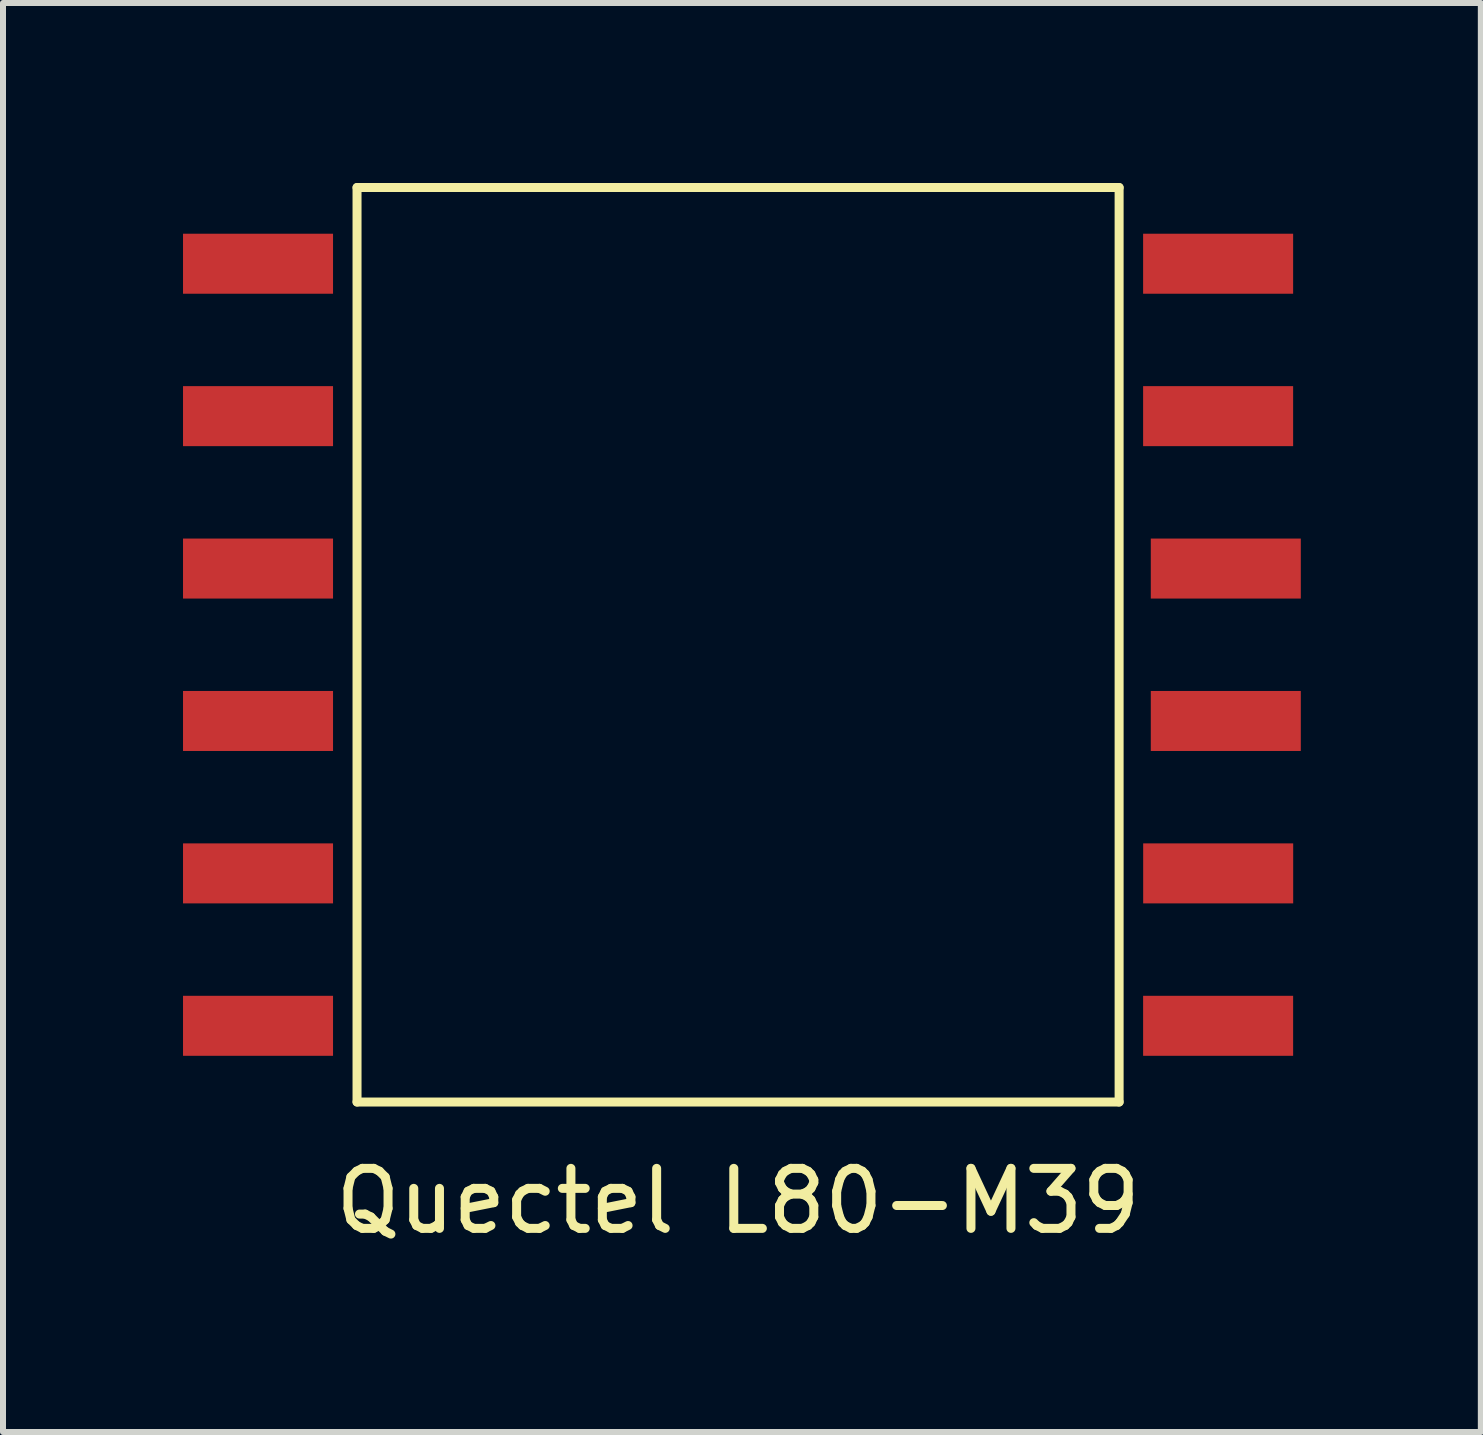
<source format=kicad_pcb>
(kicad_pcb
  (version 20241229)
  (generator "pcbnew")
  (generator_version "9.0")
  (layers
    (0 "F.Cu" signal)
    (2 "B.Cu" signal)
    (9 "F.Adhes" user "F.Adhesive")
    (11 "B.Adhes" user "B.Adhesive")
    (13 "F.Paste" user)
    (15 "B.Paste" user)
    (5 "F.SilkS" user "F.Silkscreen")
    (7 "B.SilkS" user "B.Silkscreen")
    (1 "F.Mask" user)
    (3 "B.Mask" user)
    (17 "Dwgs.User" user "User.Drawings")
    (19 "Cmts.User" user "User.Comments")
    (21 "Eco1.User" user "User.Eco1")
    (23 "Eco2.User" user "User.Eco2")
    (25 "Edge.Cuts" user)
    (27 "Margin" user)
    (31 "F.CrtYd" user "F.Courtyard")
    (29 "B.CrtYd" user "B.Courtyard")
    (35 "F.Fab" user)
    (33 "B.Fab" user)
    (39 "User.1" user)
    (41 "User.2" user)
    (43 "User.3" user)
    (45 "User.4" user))
  (footprint "Quectel L80-M39"
    (layer "F.Cu")
    (at 9.25 7.695)
    (property "Reference" "Quectel L80-M39" (at 0 9.271 0) (layer "F.SilkS") (effects (font (size 1 1) (thickness 0.15))))
    (attr through_hole)
    (fp_line (start -6.35 -7.62) (end -6.35 7.62) (stroke (width 0.15) (type solid)) (layer "F.SilkS"))
    (fp_line (start -6.35 7.62) (end 6.35 7.62) (stroke (width 0.15) (type solid)) (layer "F.SilkS"))
    (fp_line (start 6.35 -7.62) (end -6.35 -7.62) (stroke (width 0.15) (type solid)) (layer "F.SilkS"))
    (fp_line (start 6.35 7.62) (end 6.35 -7.62) (stroke (width 0.15) (type solid)) (layer "F.SilkS"))
    (pad "1" smd rect (at 8 6.35) (size 2.5 1) (layers "F.Cu" "F.Mask" "F.Paste"))
    (pad "2" smd rect (at 8.001 3.81) (size 2.5 1) (layers "F.Cu" "F.Mask" "F.Paste"))
    (pad "3" smd rect (at 8.128 1.27) (size 2.5 1) (layers "F.Cu" "F.Mask" "F.Paste"))
    (pad "4" smd rect (at 8.128 -1.27) (size 2.5 1) (layers "F.Cu" "F.Mask" "F.Paste"))
    (pad "5" smd rect (at 8 -3.81) (size 2.5 1) (layers "F.Cu" "F.Mask" "F.Paste"))
    (pad "6" smd rect (at 8 -6.35) (size 2.5 1) (layers "F.Cu" "F.Mask" "F.Paste"))
    (pad "7" smd rect (at -8 -6.35) (size 2.5 1) (layers "F.Cu" "F.Mask" "F.Paste"))
    (pad "8" smd rect (at -8 -3.81) (size 2.5 1) (layers "F.Cu" "F.Mask" "F.Paste"))
    (pad "9" smd rect (at -8 -1.27) (size 2.5 1) (layers "F.Cu" "F.Mask" "F.Paste"))
    (pad "10" smd rect (at -8 1.27) (size 2.5 1) (layers "F.Cu" "F.Mask" "F.Paste"))
    (pad "11" smd rect (at -8 3.81) (size 2.5 1) (layers "F.Cu" "F.Mask" "F.Paste"))
    (pad "12" smd rect (at -8 6.35) (size 2.5 1) (layers "F.Cu" "F.Mask" "F.Paste")))
  (gr_rect
    (start -3 -3)
    (end 21.628 20.814)
    (stroke (width 0.1) (type default))
    (fill no)
    (layer "Edge.Cuts")))
</source>
